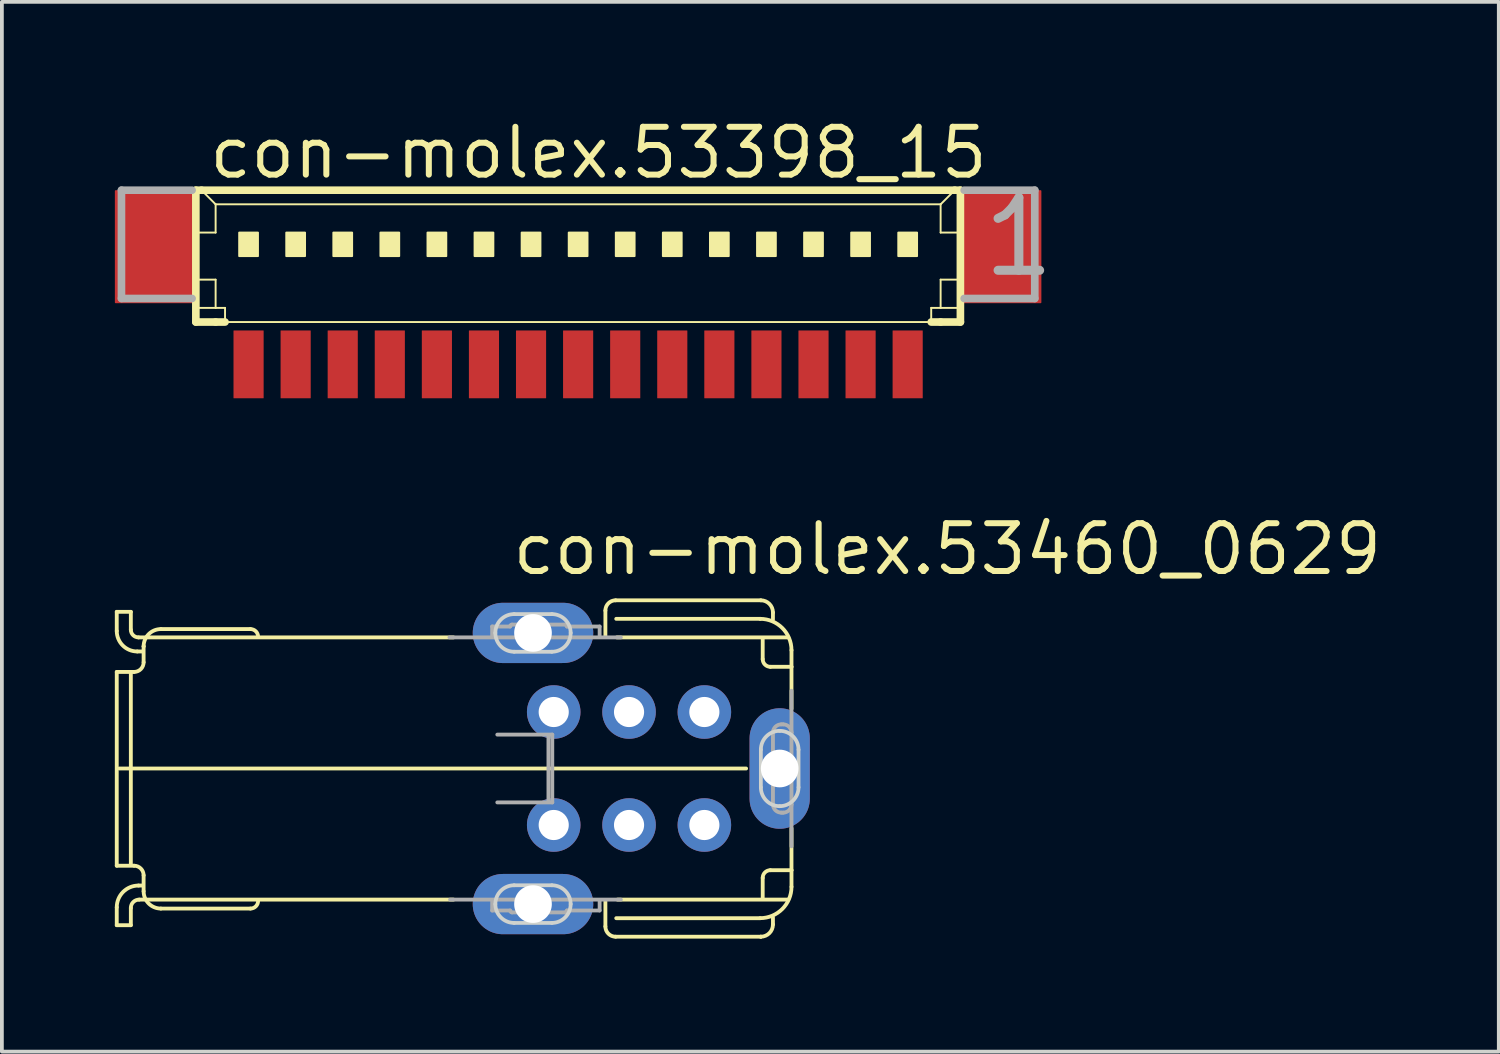
<source format=kicad_pcb>
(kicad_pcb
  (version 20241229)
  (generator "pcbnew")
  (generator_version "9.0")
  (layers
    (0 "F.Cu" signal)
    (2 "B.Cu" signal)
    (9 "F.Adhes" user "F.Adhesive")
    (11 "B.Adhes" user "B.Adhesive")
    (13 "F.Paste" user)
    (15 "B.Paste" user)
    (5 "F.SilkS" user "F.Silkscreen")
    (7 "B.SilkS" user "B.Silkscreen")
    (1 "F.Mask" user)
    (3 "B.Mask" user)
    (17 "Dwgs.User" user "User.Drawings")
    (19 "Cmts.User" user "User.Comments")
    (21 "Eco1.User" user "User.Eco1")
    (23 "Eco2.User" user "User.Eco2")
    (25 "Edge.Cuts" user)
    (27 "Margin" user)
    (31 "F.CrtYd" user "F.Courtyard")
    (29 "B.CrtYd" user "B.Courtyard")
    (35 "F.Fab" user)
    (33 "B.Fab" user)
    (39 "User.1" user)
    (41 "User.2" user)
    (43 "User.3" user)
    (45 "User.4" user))
  (footprint "con-molex.53398_15"
    (layer "F.Cu")
    (at 12.3 4.125)
    (property "Reference" "con-molex.53398_15" (at -9.875 -2.375 0) (layer "F.SilkS") (effects (font (size 1.27 1.27) (thickness 0.16)) (justify left bottom)))
    (attr smd)
    (fp_line (start -10.15 -2.125) (end -10.15 1.375) (stroke (width 0.203) (type default)) (layer "F.SilkS"))
    (fp_line (start -10.15 1.375) (end -9.625 1.375) (stroke (width 0.203) (type default)) (layer "F.SilkS"))
    (fp_line (start -10.125 -1) (end -9.625 -1) (stroke (width 0.051) (type default)) (layer "F.SilkS"))
    (fp_line (start -10.125 0.25) (end -9.625 0.25) (stroke (width 0.051) (type default)) (layer "F.SilkS"))
    (fp_line (start -10.125 1) (end -9.625 1) (stroke (width 0.051) (type default)) (layer "F.SilkS"))
    (fp_line (start -10 -2.125) (end -10.15 -2.125) (stroke (width 0.203) (type default)) (layer "F.SilkS"))
    (fp_line (start -9.625 -1.75) (end -10 -2.125) (stroke (width 0.051) (type default)) (layer "F.SilkS"))
    (fp_line (start -9.625 -1.75) (end 9.625 -1.75) (stroke (width 0.051) (type default)) (layer "F.SilkS"))
    (fp_line (start -9.625 -1) (end -9.625 -1.75) (stroke (width 0.051) (type default)) (layer "F.SilkS"))
    (fp_line (start -9.625 0.25) (end -9.625 1) (stroke (width 0.051) (type default)) (layer "F.SilkS"))
    (fp_line (start -9.625 1) (end -9.375 1) (stroke (width 0.051) (type default)) (layer "F.SilkS"))
    (fp_line (start -9.625 1.375) (end -9.375 1.375) (stroke (width 0.203) (type default)) (layer "F.SilkS"))
    (fp_line (start -9.375 1) (end -9.375 1.375) (stroke (width 0.051) (type default)) (layer "F.SilkS"))
    (fp_line (start -9.375 1.375) (end 9.375 1.375) (stroke (width 0.051) (type default)) (layer "F.SilkS"))
    (fp_line (start 9.375 1) (end 9.375 1.375) (stroke (width 0.051) (type default)) (layer "F.SilkS"))
    (fp_line (start 9.375 1) (end 9.625 1) (stroke (width 0.051) (type default)) (layer "F.SilkS"))
    (fp_line (start 9.375 1.375) (end 9.625 1.375) (stroke (width 0.203) (type default)) (layer "F.SilkS"))
    (fp_line (start 9.625 -1.75) (end 9.625 -1) (stroke (width 0.051) (type default)) (layer "F.SilkS"))
    (fp_line (start 9.625 -1.75) (end 10 -2.125) (stroke (width 0.051) (type default)) (layer "F.SilkS"))
    (fp_line (start 9.625 -1) (end 10.125 -1) (stroke (width 0.051) (type default)) (layer "F.SilkS"))
    (fp_line (start 9.625 0.25) (end 9.625 1) (stroke (width 0.051) (type default)) (layer "F.SilkS"))
    (fp_line (start 9.625 0.25) (end 10.125 0.25) (stroke (width 0.051) (type default)) (layer "F.SilkS"))
    (fp_line (start 9.625 1) (end 10.125 1) (stroke (width 0.051) (type default)) (layer "F.SilkS"))
    (fp_line (start 9.625 1.375) (end 10.15 1.375) (stroke (width 0.203) (type default)) (layer "F.SilkS"))
    (fp_line (start 10 -2.125) (end -10 -2.125) (stroke (width 0.203) (type default)) (layer "F.SilkS"))
    (fp_line (start 10.15 -2.125) (end 10 -2.125) (stroke (width 0.203) (type default)) (layer "F.SilkS"))
    (fp_line (start 10.15 1.375) (end 10.15 -2.125) (stroke (width 0.203) (type default)) (layer "F.SilkS"))
    (fp_rect (start -9 -0.375) (end -8.5 -1) (stroke (width 0.05) (type default)) (fill yes) (layer "F.SilkS"))
    (fp_rect (start -7.75 -0.375) (end -7.25 -1) (stroke (width 0.05) (type default)) (fill yes) (layer "F.SilkS"))
    (fp_rect (start -6.5 -0.375) (end -6 -1) (stroke (width 0.05) (type default)) (fill yes) (layer "F.SilkS"))
    (fp_rect (start -5.25 -0.375) (end -4.75 -1) (stroke (width 0.05) (type default)) (fill yes) (layer "F.SilkS"))
    (fp_rect (start -4 -0.375) (end -3.5 -1) (stroke (width 0.05) (type default)) (fill yes) (layer "F.SilkS"))
    (fp_rect (start -2.75 -0.375) (end -2.25 -1) (stroke (width 0.05) (type default)) (fill yes) (layer "F.SilkS"))
    (fp_rect (start -1.5 -0.375) (end -1 -1) (stroke (width 0.05) (type default)) (fill yes) (layer "F.SilkS"))
    (fp_rect (start -0.25 -0.375) (end 0.25 -1) (stroke (width 0.05) (type default)) (fill yes) (layer "F.SilkS"))
    (fp_rect (start 1 -0.375) (end 1.5 -1) (stroke (width 0.05) (type default)) (fill yes) (layer "F.SilkS"))
    (fp_rect (start 2.25 -0.375) (end 2.75 -1) (stroke (width 0.05) (type default)) (fill yes) (layer "F.SilkS"))
    (fp_rect (start 3.5 -0.375) (end 4 -1) (stroke (width 0.05) (type default)) (fill yes) (layer "F.SilkS"))
    (fp_rect (start 4.75 -0.375) (end 5.25 -1) (stroke (width 0.05) (type default)) (fill yes) (layer "F.SilkS"))
    (fp_rect (start 6 -0.375) (end 6.5 -1) (stroke (width 0.05) (type default)) (fill yes) (layer "F.SilkS"))
    (fp_rect (start 7.25 -0.375) (end 7.75 -1) (stroke (width 0.05) (type default)) (fill yes) (layer "F.SilkS"))
    (fp_rect (start 8.5 -0.375) (end 9 -1) (stroke (width 0.05) (type default)) (fill yes) (layer "F.SilkS"))
    (fp_line (start -12.125 -2.125) (end -12.125 0.75) (stroke (width 0.203) (type default)) (layer "F.Fab"))
    (fp_line (start -12.125 0.75) (end -10.25 0.75) (stroke (width 0.203) (type default)) (layer "F.Fab"))
    (fp_line (start -10.25 -2.125) (end -12.125 -2.125) (stroke (width 0.203) (type default)) (layer "F.Fab"))
    (fp_line (start 10.25 0.75) (end 12.125 0.75) (stroke (width 0.203) (type default)) (layer "F.Fab"))
    (fp_line (start 12.125 -2.125) (end 10.25 -2.125) (stroke (width 0.203) (type default)) (layer "F.Fab"))
    (fp_line (start 12.125 0.75) (end 12.125 -2.125) (stroke (width 0.203) (type default)) (layer "F.Fab"))
    (fp_text user "1" (at 10.625 0.25 0) (layer "F.Fab") (effects (font (size 1.93 1.93) (thickness 0.24)) (justify left bottom)))
    (pad "1" smd roundrect (at 8.75 2.5) (size 0.8 1.8) (layers "F.Cu" "F.Mask" "F.Paste") (roundrect_rratio 0.01))
    (pad "2" smd roundrect (at 7.5 2.5) (size 0.8 1.8) (layers "F.Cu" "F.Mask" "F.Paste") (roundrect_rratio 0.01))
    (pad "3" smd roundrect (at 6.25 2.5) (size 0.8 1.8) (layers "F.Cu" "F.Mask" "F.Paste") (roundrect_rratio 0.01))
    (pad "4" smd roundrect (at 5 2.5) (size 0.8 1.8) (layers "F.Cu" "F.Mask" "F.Paste") (roundrect_rratio 0.01))
    (pad "5" smd roundrect (at 3.75 2.5) (size 0.8 1.8) (layers "F.Cu" "F.Mask" "F.Paste") (roundrect_rratio 0.01))
    (pad "6" smd roundrect (at 2.5 2.5) (size 0.8 1.8) (layers "F.Cu" "F.Mask" "F.Paste") (roundrect_rratio 0.01))
    (pad "7" smd roundrect (at 1.25 2.5) (size 0.8 1.8) (layers "F.Cu" "F.Mask" "F.Paste") (roundrect_rratio 0.01))
    (pad "8" smd roundrect (at 0 2.5) (size 0.8 1.8) (layers "F.Cu" "F.Mask" "F.Paste") (roundrect_rratio 0.01))
    (pad "9" smd roundrect (at -1.25 2.5) (size 0.8 1.8) (layers "F.Cu" "F.Mask" "F.Paste") (roundrect_rratio 0.01))
    (pad "10" smd roundrect (at -2.5 2.5) (size 0.8 1.8) (layers "F.Cu" "F.Mask" "F.Paste") (roundrect_rratio 0.01))
    (pad "11" smd roundrect (at -3.75 2.5) (size 0.8 1.8) (layers "F.Cu" "F.Mask" "F.Paste") (roundrect_rratio 0.01))
    (pad "12" smd roundrect (at -5 2.5) (size 0.8 1.8) (layers "F.Cu" "F.Mask" "F.Paste") (roundrect_rratio 0.01))
    (pad "13" smd roundrect (at -6.25 2.5) (size 0.8 1.8) (layers "F.Cu" "F.Mask" "F.Paste") (roundrect_rratio 0.01))
    (pad "14" smd roundrect (at -7.5 2.5) (size 0.8 1.8) (layers "F.Cu" "F.Mask" "F.Paste") (roundrect_rratio 0.01))
    (pad "15" smd roundrect (at -8.75 2.5) (size 0.8 1.8) (layers "F.Cu" "F.Mask" "F.Paste") (roundrect_rratio 0.01))
    (pad "S1" smd roundrect (at 11.25 -0.625) (size 2.1 3) (layers "F.Cu" "F.Mask" "F.Paste") (roundrect_rratio 0.01))
    (pad "S2" smd roundrect (at -11.25 -0.625) (size 2.1 3) (layers "F.Cu" "F.Mask" "F.Paste") (roundrect_rratio 0.01)))
  (footprint "con-molex.53460_0629"
    (layer "F.Cu")
    (at 13.652 17.355)
    (property "Reference" "con-molex.53460_0629" (at -3.175 -5.08 0) (layer "F.SilkS") (effects (font (size 1.27 1.27) (thickness 0.16)) (justify left bottom)))
    (attr through_hole)
    (fp_line (start -13.602 -4.16) (end -13.602 -3.651) (stroke (width 0.102) (type default)) (layer "F.SilkS"))
    (fp_line (start -13.602 -4.16) (end -13.228 -4.16) (stroke (width 0.102) (type default)) (layer "F.SilkS"))
    (fp_line (start -13.602 -2.564) (end -13.143 -2.564) (stroke (width 0.102) (type default)) (layer "F.SilkS"))
    (fp_line (start -13.602 2.581) (end -13.602 -2.564) (stroke (width 0.102) (type default)) (layer "F.SilkS"))
    (fp_line (start -13.602 2.581) (end -13.143 2.581) (stroke (width 0.102) (type default)) (layer "F.SilkS"))
    (fp_line (start -13.602 4.16) (end -13.602 3.685) (stroke (width 0.102) (type default)) (layer "F.SilkS"))
    (fp_line (start -13.534 0) (end 3.108 0) (stroke (width 0.102) (type default)) (layer "F.SilkS"))
    (fp_line (start -13.228 -4.16) (end -13.228 -3.685) (stroke (width 0.102) (type default)) (layer "F.SilkS"))
    (fp_line (start -13.228 2.547) (end -13.228 -2.53) (stroke (width 0.102) (type default)) (layer "F.SilkS"))
    (fp_line (start -13.228 4.16) (end -13.602 4.16) (stroke (width 0.102) (type default)) (layer "F.SilkS"))
    (fp_line (start -13.228 4.16) (end -13.228 3.702) (stroke (width 0.102) (type default)) (layer "F.SilkS"))
    (fp_line (start -13.058 -3.108) (end -12.922 -3.108) (stroke (width 0.102) (type default)) (layer "F.SilkS"))
    (fp_line (start -13.024 -3.481) (end -4.662 -3.481) (stroke (width 0.102) (type default)) (layer "F.SilkS"))
    (fp_line (start -13.024 3.107) (end -12.94 3.107) (stroke (width 0.102) (type default)) (layer "F.SilkS"))
    (fp_line (start -13.007 3.481) (end -4.662 3.481) (stroke (width 0.102) (type default)) (layer "F.SilkS"))
    (fp_line (start -12.889 -3.243) (end -12.889 -3.243) (stroke (width 0.102) (type default)) (layer "F.SilkS"))
    (fp_line (start -12.889 -3.243) (end -12.889 -2.819) (stroke (width 0.102) (type default)) (layer "F.SilkS"))
    (fp_line (start -12.889 2.836) (end -12.889 3.26) (stroke (width 0.102) (type default)) (layer "F.SilkS"))
    (fp_line (start -12.43 -3.702) (end -10.053 -3.702) (stroke (width 0.102) (type default)) (layer "F.SilkS"))
    (fp_line (start -12.43 3.719) (end -10.053 3.719) (stroke (width 0.102) (type default)) (layer "F.SilkS"))
    (fp_line (start -0.628 -3.532) (end -0.628 -4.194) (stroke (width 0.102) (type default)) (layer "F.SilkS"))
    (fp_line (start -0.628 4.194) (end -0.628 3.532) (stroke (width 0.102) (type default)) (layer "F.SilkS"))
    (fp_line (start -0.357 -4.466) (end 3.498 -4.466) (stroke (width 0.102) (type default)) (layer "F.SilkS"))
    (fp_line (start -0.357 4.466) (end 3.498 4.466) (stroke (width 0.102) (type default)) (layer "F.SilkS"))
    (fp_line (start -0.34 -3.974) (end 3.481 -3.974) (stroke (width 0.102) (type default)) (layer "F.SilkS"))
    (fp_line (start -0.34 3.974) (end 3.481 3.974) (stroke (width 0.102) (type default)) (layer "F.SilkS"))
    (fp_line (start -0.324 -3.481) (end 4.228 -3.481) (stroke (width 0.102) (type default)) (layer "F.SilkS"))
    (fp_line (start -0.307 3.481) (end 4.228 3.481) (stroke (width 0.102) (type default)) (layer "F.SilkS"))
    (fp_line (start 3.498 4.466) (end 3.498 4.466) (stroke (width 0.102) (type default)) (layer "F.SilkS"))
    (fp_line (start 3.549 -2.904) (end 3.549 -3.43) (stroke (width 0.102) (type default)) (layer "F.SilkS"))
    (fp_line (start 3.549 3.43) (end 3.549 2.904) (stroke (width 0.102) (type default)) (layer "F.SilkS"))
    (fp_line (start 3.821 -4.143) (end 3.821 -3.957) (stroke (width 0.102) (type default)) (layer "F.SilkS"))
    (fp_line (start 3.821 3.957) (end 3.821 4.143) (stroke (width 0.102) (type default)) (layer "F.SilkS"))
    (fp_line (start 4.313 -3.142) (end 4.313 -2.7) (stroke (width 0.102) (type default)) (layer "F.SilkS"))
    (fp_line (start 4.313 -2.7) (end 3.753 -2.7) (stroke (width 0.102) (type default)) (layer "F.SilkS"))
    (fp_line (start 4.313 -2.7) (end 4.313 -1.586) (stroke (width 0.102) (type default)) (layer "F.SilkS"))
    (fp_line (start 4.313 -0.0001) (end 4.313 0) (stroke (width 0.102) (type default)) (layer "F.SilkS"))
    (fp_line (start 4.313 2.7) (end 3.753 2.7) (stroke (width 0.102) (type default)) (layer "F.SilkS"))
    (fp_line (start 4.313 2.7) (end 4.313 1.586) (stroke (width 0.102) (type default)) (layer "F.SilkS"))
    (fp_line (start 4.313 2.7) (end 4.313 3.141) (stroke (width 0.102) (type default)) (layer "F.SilkS"))
    (fp_arc (start -13.6017 3.6848) (mid -13.432642 3.276558) (end -13.0244 3.1075) (stroke (width 0.1016) (type default)) (layer "F.SilkS"))
    (fp_arc (start -13.2282 3.7019) (mid -13.163529 3.545771) (end -13.0074 3.4811) (stroke (width 0.1016) (type default)) (layer "F.SilkS"))
    (fp_arc (start -13.1432 2.5811) (mid -12.963071 2.655671) (end -12.8885 2.8358) (stroke (width 0.1016) (type default)) (layer "F.SilkS"))
    (fp_arc (start -13.0583 -3.1076) (mid -13.442542 -3.266758) (end -13.6017 -3.651) (stroke (width 0.1016) (type default)) (layer "F.SilkS"))
    (fp_arc (start -13.0244 -3.4812) (mid -13.168508 -3.540892) (end -13.2282 -3.685) (stroke (width 0.1016) (type default)) (layer "F.SilkS"))
    (fp_arc (start -12.8886 -2.8189) (mid -12.963141 -2.638741) (end -13.1433 -2.5642) (stroke (width 0.1016) (type default)) (layer "F.SilkS"))
    (fp_arc (start -12.8885 -3.2433) (mid -12.754179 -3.567479) (end -12.43 -3.7018) (stroke (width 0.1016) (type default)) (layer "F.SilkS"))
    (fp_arc (start -12.43 3.7188) (mid -12.754179 3.584479) (end -12.8885 3.2603) (stroke (width 0.1016) (type default)) (layer "F.SilkS"))
    (fp_arc (start -10.0528 -3.7019) (mid -9.908692 -3.642208) (end -9.849 -3.4981) (stroke (width 0.1016) (type default)) (layer "F.SilkS"))
    (fp_arc (start -9.8489 3.515) (mid -9.908592 3.659108) (end -10.0527 3.7188) (stroke (width 0.1016) (type default)) (layer "F.SilkS"))
    (fp_arc (start -0.6283 -4.1943) (mid -0.548721 -4.386421) (end -0.3566 -4.466) (stroke (width 0.1016) (type default)) (layer "F.SilkS"))
    (fp_arc (start -0.3565 4.4661) (mid -0.548592 4.386492) (end -0.6282 4.1944) (stroke (width 0.1016) (type default)) (layer "F.SilkS"))
    (fp_arc (start 3.4811 -3.9736) (mid 4.069484 -3.729884) (end 4.3132 -3.1415) (stroke (width 0.1016) (type default)) (layer "F.SilkS"))
    (fp_arc (start 3.4982 -4.466) (mid 3.726313 -4.371513) (end 3.8208 -4.1434) (stroke (width 0.1016) (type default)) (layer "F.SilkS"))
    (fp_arc (start 3.549 2.9038) (mid 3.608692 2.759692) (end 3.7528 2.7) (stroke (width 0.1016) (type default)) (layer "F.SilkS"))
    (fp_arc (start 3.7529 -2.7) (mid 3.608792 -2.759692) (end 3.5491 -2.9038) (stroke (width 0.1016) (type default)) (layer "F.SilkS"))
    (fp_arc (start 3.8207 4.1434) (mid 3.726213 4.371513) (end 3.4981 4.466) (stroke (width 0.1016) (type default)) (layer "F.SilkS"))
    (fp_arc (start 4.3132 3.1414) (mid 4.069454 3.729754) (end 3.4811 3.9735) (stroke (width 0.1016) (type default)) (layer "F.SilkS"))
    (fp_line (start -3.05 -4.1) (end -2.05 -4.1) (stroke (width 0.1) (type default)) (layer "Edge.Cuts"))
    (fp_line (start -3.05 3.1) (end -2.05 3.1) (stroke (width 0.1) (type default)) (layer "Edge.Cuts"))
    (fp_line (start -2.05 -3.1) (end -3.05 -3.1) (stroke (width 0.1) (type default)) (layer "Edge.Cuts"))
    (fp_line (start -2.05 4.1) (end -3.05 4.1) (stroke (width 0.1) (type default)) (layer "Edge.Cuts"))
    (fp_line (start 3.5 0.5) (end 3.5 -0.5) (stroke (width 0.1) (type default)) (layer "Edge.Cuts"))
    (fp_line (start 4.5 -0.5) (end 4.5 0.5) (stroke (width 0.1) (type default)) (layer "Edge.Cuts"))
    (fp_arc (start -3.55 -3.6) (mid -3.403553 -3.953553) (end -3.05 -4.1) (stroke (width 0.1) (type default)) (layer "Edge.Cuts"))
    (fp_arc (start -3.55 3.6) (mid -3.403553 3.246447) (end -3.05 3.1) (stroke (width 0.1) (type default)) (layer "Edge.Cuts"))
    (fp_arc (start -3.05 -3.1) (mid -3.403553 -3.246447) (end -3.55 -3.6) (stroke (width 0.1) (type default)) (layer "Edge.Cuts"))
    (fp_arc (start -3.05 4.1) (mid -3.403553 3.953553) (end -3.55 3.6) (stroke (width 0.1) (type default)) (layer "Edge.Cuts"))
    (fp_arc (start -2.05 -4.1) (mid -1.696447 -3.953553) (end -1.55 -3.6) (stroke (width 0.1) (type default)) (layer "Edge.Cuts"))
    (fp_arc (start -2.05 3.1) (mid -1.696447 3.246447) (end -1.55 3.6) (stroke (width 0.1) (type default)) (layer "Edge.Cuts"))
    (fp_arc (start -1.55 -3.6) (mid -1.696447 -3.246447) (end -2.05 -3.1) (stroke (width 0.1) (type default)) (layer "Edge.Cuts"))
    (fp_arc (start -1.55 3.6) (mid -1.696447 3.953553) (end -2.05 4.1) (stroke (width 0.1) (type default)) (layer "Edge.Cuts"))
    (fp_arc (start 3.5 -0.5) (mid 3.646447 -0.853553) (end 4 -1) (stroke (width 0.1) (type default)) (layer "Edge.Cuts"))
    (fp_arc (start 4 -1) (mid 4.353553 -0.853553) (end 4.5 -0.5) (stroke (width 0.1) (type default)) (layer "Edge.Cuts"))
    (fp_arc (start 4 1) (mid 3.646447 0.853553) (end 3.5 0.5) (stroke (width 0.1) (type default)) (layer "Edge.Cuts"))
    (fp_arc (start 4.5 0.5) (mid 4.353553 0.853553) (end 4 1) (stroke (width 0.1) (type default)) (layer "Edge.Cuts"))
    (fp_line (start -4.769 -3.481) (end -0.217 -3.481) (stroke (width 0.102) (type default)) (layer "F.Fab"))
    (fp_line (start -4.752 3.481) (end -0.217 3.481) (stroke (width 0.102) (type default)) (layer "F.Fab"))
    (fp_line (start -3.634 -3.77) (end -3.158 -3.77) (stroke (width 0.102) (type default)) (layer "F.Fab"))
    (fp_line (start -3.634 -3.532) (end -3.634 -3.77) (stroke (width 0.102) (type default)) (layer "F.Fab"))
    (fp_line (start -3.634 3.77) (end -3.158 3.77) (stroke (width 0.102) (type default)) (layer "F.Fab"))
    (fp_line (start -3.634 3.77) (end -3.634 3.532) (stroke (width 0.102) (type default)) (layer "F.Fab"))
    (fp_line (start -3.498 -0.9) (end -2.038 -0.9) (stroke (width 0.102) (type default)) (layer "F.Fab"))
    (fp_line (start -3.107 -3.821) (end -1.698 -3.821) (stroke (width 0.102) (type default)) (layer "F.Fab"))
    (fp_line (start -3.107 3.821) (end -1.698 3.821) (stroke (width 0.102) (type default)) (layer "F.Fab"))
    (fp_line (start -2.14 0.866) (end -2.14 -0.849) (stroke (width 0.102) (type default)) (layer "F.Fab"))
    (fp_line (start -2.038 -0.9) (end -2.038 0.9) (stroke (width 0.102) (type default)) (layer "F.Fab"))
    (fp_line (start -2.038 0.9) (end -3.498 0.9) (stroke (width 0.102) (type default)) (layer "F.Fab"))
    (fp_line (start -1.647 -3.77) (end -0.781 -3.77) (stroke (width 0.102) (type default)) (layer "F.Fab"))
    (fp_line (start -1.647 3.77) (end -0.781 3.77) (stroke (width 0.102) (type default)) (layer "F.Fab"))
    (fp_line (start -0.781 -3.77) (end -0.781 -3.532) (stroke (width 0.102) (type default)) (layer "F.Fab"))
    (fp_line (start -0.781 3.532) (end -0.781 3.77) (stroke (width 0.102) (type default)) (layer "F.Fab"))
    (fp_line (start 3.821 0.034) (end 3.821 0.951) (stroke (width 0.102) (type default)) (layer "F.Fab"))
    (fp_line (start 3.821 -0.034) (end 3.821 -0.951) (stroke (width 0.102) (type default)) (layer "F.Fab"))
    (fp_line (start 4.042 -1.172) (end 4.093 -1.172) (stroke (width 0.102) (type default)) (layer "F.Fab"))
    (fp_line (start 4.042 1.172) (end 4.093 1.172) (stroke (width 0.102) (type default)) (layer "F.Fab"))
    (fp_line (start 4.313 -2.065) (end 4.313 -0.951) (stroke (width 0.102) (type default)) (layer "F.Fab"))
    (fp_line (start 4.313 0.951) (end 4.313 -0.951) (stroke (width 0.102) (type default)) (layer "F.Fab"))
    (fp_line (start 4.313 2.065) (end 4.313 0.951) (stroke (width 0.102) (type default)) (layer "F.Fab"))
    (fp_arc (start -3.1584 -3.7699) (mid -3.143492 -3.805892) (end -3.1075 -3.8208) (stroke (width 0.1016) (type default)) (layer "F.Fab"))
    (fp_arc (start -3.1075 3.8207) (mid -3.143463 3.805763) (end -3.1584 3.7698) (stroke (width 0.1016) (type default)) (layer "F.Fab"))
    (fp_arc (start -1.6981 -3.8208) (mid -1.662038 -3.805862) (end -1.6471 -3.7698) (stroke (width 0.1016) (type default)) (layer "F.Fab"))
    (fp_arc (start -1.6471 3.7697) (mid -1.662038 3.805762) (end -1.6981 3.8207) (stroke (width 0.1016) (type default)) (layer "F.Fab"))
    (fp_arc (start 3.8208 -0.951) (mid 3.885471 -1.107029) (end 4.0415 -1.1717) (stroke (width 0.1016) (type default)) (layer "F.Fab"))
    (fp_arc (start 4.0415 1.1716) (mid 3.885442 1.106958) (end 3.8208 0.9509) (stroke (width 0.1016) (type default)) (layer "F.Fab"))
    (fp_arc (start 4.0925 -1.1717) (mid 4.248558 -1.107058) (end 4.3132 -0.951) (stroke (width 0.1016) (type default)) (layer "F.Fab"))
    (fp_arc (start 4.3132 0.9509) (mid 4.2485 1.1069) (end 4.0925 1.1716) (stroke (width 0.1016) (type default)) (layer "F.Fab"))
    (pad "1" thru_hole circle (at 2 -1.5) (size 1.422 1.422) (drill 0.8) (layers "*.Cu" "*.Mask"))
    (pad "2" thru_hole circle (at 2 1.5) (size 1.422 1.422) (drill 0.8) (layers "*.Cu" "*.Mask"))
    (pad "3" thru_hole circle (at 0 -1.5) (size 1.422 1.422) (drill 0.8) (layers "*.Cu" "*.Mask"))
    (pad "4" thru_hole circle (at 0 1.5) (size 1.422 1.422) (drill 0.8) (layers "*.Cu" "*.Mask"))
    (pad "5" thru_hole circle (at -2 -1.5) (size 1.422 1.422) (drill 0.8) (layers "*.Cu" "*.Mask"))
    (pad "6" thru_hole circle (at -2 1.5) (size 1.422 1.422) (drill 0.8) (layers "*.Cu" "*.Mask"))
    (pad "S1" thru_hole oval (at 4 0 90) (size 3.2 1.6) (drill 1) (layers "*.Cu" "*.Mask"))
    (pad "S2" thru_hole oval (at -2.55 -3.6) (size 3.2 1.6) (drill 1) (layers "*.Cu" "*.Mask"))
    (pad "S3" thru_hole oval (at -2.55 3.6) (size 3.2 1.6) (drill 1) (layers "*.Cu" "*.Mask")))
  (gr_rect
    (start -3 -3)
    (end 36.745 24.872)
    (stroke (width 0.1) (type default))
    (fill no)
    (layer "Edge.Cuts")))
</source>
